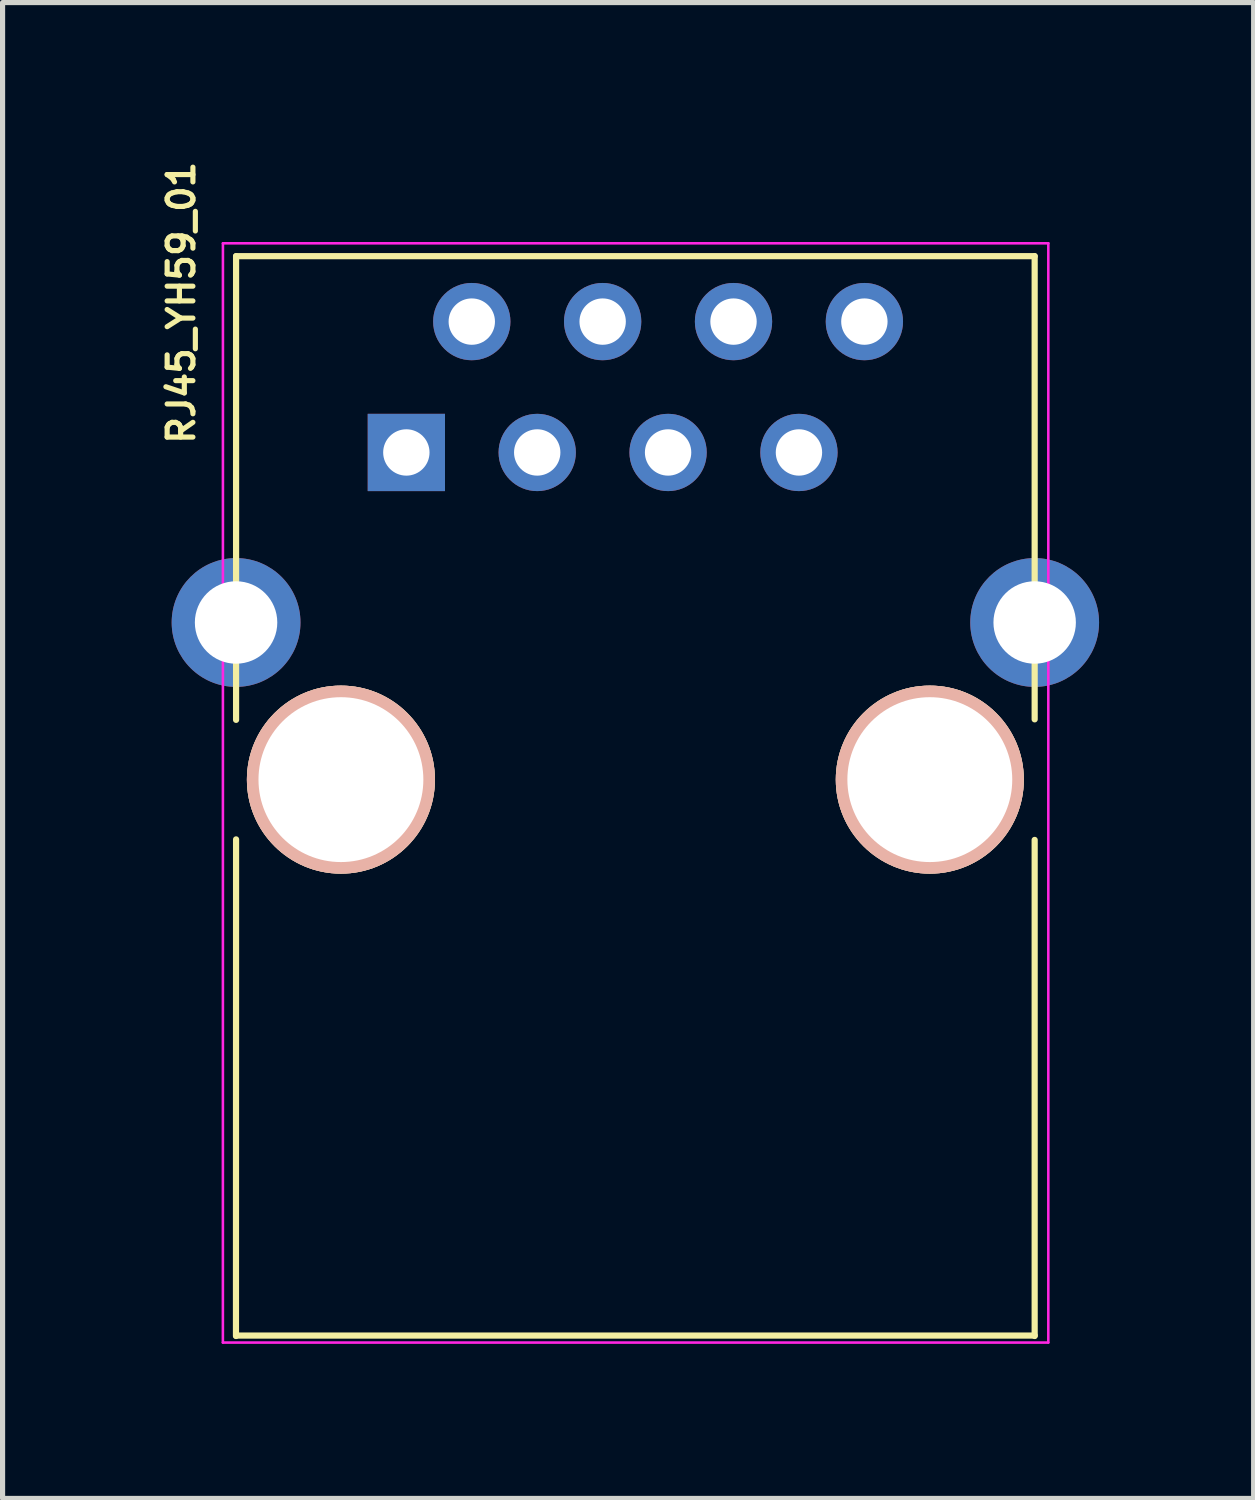
<source format=kicad_pcb>
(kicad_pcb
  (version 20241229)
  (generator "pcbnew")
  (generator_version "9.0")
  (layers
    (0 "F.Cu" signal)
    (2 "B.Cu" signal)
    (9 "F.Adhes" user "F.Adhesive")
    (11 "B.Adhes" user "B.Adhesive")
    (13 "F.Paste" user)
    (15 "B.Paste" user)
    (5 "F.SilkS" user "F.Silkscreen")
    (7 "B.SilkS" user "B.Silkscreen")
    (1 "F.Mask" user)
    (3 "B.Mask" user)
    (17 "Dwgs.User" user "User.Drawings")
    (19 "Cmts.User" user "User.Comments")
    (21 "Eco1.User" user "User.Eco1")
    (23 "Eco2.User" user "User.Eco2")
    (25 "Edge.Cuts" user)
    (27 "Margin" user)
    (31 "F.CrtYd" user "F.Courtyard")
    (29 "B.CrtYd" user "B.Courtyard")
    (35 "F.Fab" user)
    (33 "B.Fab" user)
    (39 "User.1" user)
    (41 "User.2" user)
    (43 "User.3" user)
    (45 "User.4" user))
  (footprint "RJ45_YH59_01"
    (layer "F.Cu")
    (at 4.832 5.736)
    (property "Reference" "RJ45_YH59_01" (at -4.364 -2.91 270) (layer "F.SilkS") (effects (font (size 0.5 0.5) (thickness 0.1))))
    (attr through_hole)
    (fp_line (start -3.3 -3.814) (end -3.3 5.186) (stroke (width 0.12) (type solid)) (layer "F.SilkS"))
    (fp_line (start -3.3 7.506) (end -3.302 17.145) (stroke (width 0.12) (type solid)) (layer "F.SilkS"))
    (fp_line (start -3.3 17.136) (end 12.2 17.136) (stroke (width 0.12) (type solid)) (layer "F.SilkS"))
    (fp_line (start 12.2 -3.814) (end -3.3 -3.814) (stroke (width 0.12) (type solid)) (layer "F.SilkS"))
    (fp_line (start 12.2 -3.814) (end 12.2 5.176) (stroke (width 0.12) (type solid)) (layer "F.SilkS"))
    (fp_line (start 12.2 7.516) (end 12.2 17.145) (stroke (width 0.12) (type solid)) (layer "F.SilkS"))
    (fp_line (start -3.555 -4.064) (end -3.556 17.272) (stroke (width 0.05) (type solid)) (layer "F.CrtYd"))
    (fp_line (start -3.555 -4.064) (end 12.465 -4.064) (stroke (width 0.05) (type solid)) (layer "F.CrtYd"))
    (fp_line (start 12.464 17.272) (end -3.556 17.272) (stroke (width 0.05) (type solid)) (layer "F.CrtYd"))
    (fp_line (start 12.465 17.272) (end 12.465 -4.064) (stroke (width 0.05) (type solid)) (layer "F.CrtYd"))
    (pad "" np_thru_hole circle (at -1.265 6.346) (size 3.65 3.65) (drill 3.2) (layers "*.Cu" "*.SilkS" "*.Mask"))
    (pad "" np_thru_hole circle (at 10.165 6.346) (size 3.65 3.65) (drill 3.2) (layers "*.Cu" "*.SilkS" "*.Mask"))
    (pad "1" thru_hole rect (at 0.005 -0.004) (size 1.5 1.5) (drill 0.9) (layers "*.Cu" "*.Mask"))
    (pad "2" thru_hole circle (at 1.275 -2.544) (size 1.5 1.5) (drill 0.9) (layers "*.Cu" "*.Mask"))
    (pad "3" thru_hole circle (at 2.545 -0.004) (size 1.5 1.5) (drill 0.9) (layers "*.Cu" "*.Mask"))
    (pad "4" thru_hole circle (at 3.815 -2.544) (size 1.5 1.5) (drill 0.9) (layers "*.Cu" "*.Mask"))
    (pad "5" thru_hole circle (at 5.085 -0.004) (size 1.5 1.5) (drill 0.9) (layers "*.Cu" "*.Mask"))
    (pad "6" thru_hole circle (at 6.355 -2.544) (size 1.5 1.5) (drill 0.9) (layers "*.Cu" "*.Mask"))
    (pad "7" thru_hole circle (at 7.625 -0.004) (size 1.5 1.5) (drill 0.9) (layers "*.Cu" "*.Mask"))
    (pad "8" thru_hole circle (at 8.895 -2.544) (size 1.5 1.5) (drill 0.9) (layers "*.Cu" "*.Mask"))
    (pad "SH" thru_hole circle (at -3.3 3.296) (size 2.5 2.5) (drill 1.6) (layers "*.Cu" "*.Mask"))
    (pad "SH" thru_hole circle (at 12.2 3.296) (size 2.5 2.5) (drill 1.6) (layers "*.Cu" "*.Mask")))
  (gr_rect
    (start -3 -3)
    (end 21.282 26.033)
    (stroke (width 0.1) (type default))
    (fill no)
    (layer "Edge.Cuts")))
</source>
